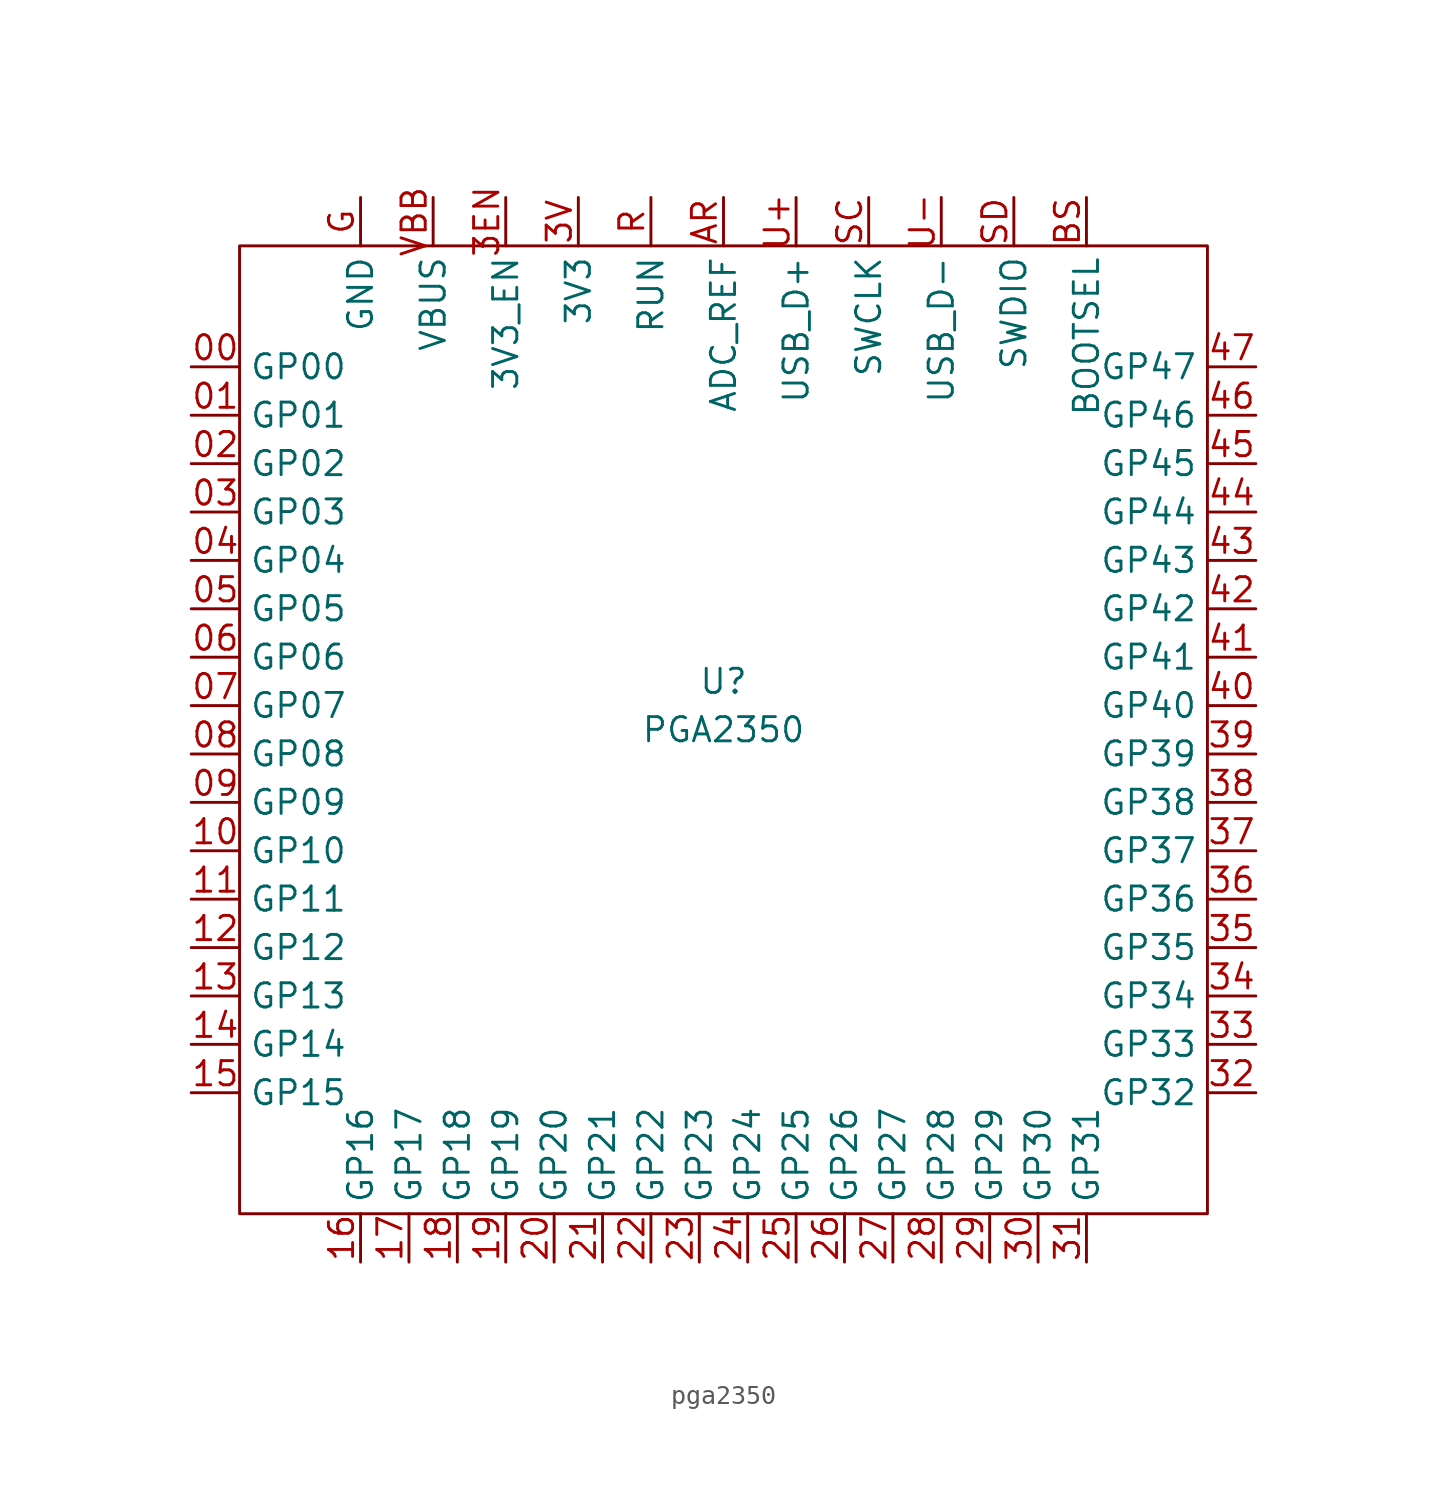
<source format=kicad_sym>
(kicad_symbol_lib
  (version 20241209)
  (generator "kicad_symbol_editor")
  (generator_version "9.0")
  (symbol "pga2350"
    (property "Reference" "U"
      (at 0 2.54 0)
      (effects (font (size 1.27 1.27))))
    (property "Value" "PGA2350"
      (at 0 0 0)
      (effects (font (size 1.27 1.27))))
    (symbol "pga2350_0_1"
      (rectangle (start -25.4 25.4) (end 25.4 -25.4) (stroke (width 0) (type default)) (fill (type none))))
    (symbol "pga2350_1_1"
      (pin bidirectional line (at -27.94 19.05 0) (length 2.54) (name "GP00" (effects (font (size 1.27 1.27)))) (number "00" (effects (font (size 1.27 1.27)))))
      (pin bidirectional line (at -27.94 16.51 0) (length 2.54) (name "GP01" (effects (font (size 1.27 1.27)))) (number "01" (effects (font (size 1.27 1.27)))))
      (pin bidirectional line (at -27.94 13.97 0) (length 2.54) (name "GP02" (effects (font (size 1.27 1.27)))) (number "02" (effects (font (size 1.27 1.27)))))
      (pin bidirectional line (at -27.94 11.43 0) (length 2.54) (name "GP03" (effects (font (size 1.27 1.27)))) (number "03" (effects (font (size 1.27 1.27)))))
      (pin bidirectional line (at -27.94 8.89 0) (length 2.54) (name "GP04" (effects (font (size 1.27 1.27)))) (number "04" (effects (font (size 1.27 1.27)))))
      (pin bidirectional line (at -27.94 6.35 0) (length 2.54) (name "GP05" (effects (font (size 1.27 1.27)))) (number "05" (effects (font (size 1.27 1.27)))))
      (pin bidirectional line (at -27.94 3.81 0) (length 2.54) (name "GP06" (effects (font (size 1.27 1.27)))) (number "06" (effects (font (size 1.27 1.27)))))
      (pin bidirectional line (at -27.94 1.27 0) (length 2.54) (name "GP07" (effects (font (size 1.27 1.27)))) (number "07" (effects (font (size 1.27 1.27)))))
      (pin bidirectional line (at -27.94 -1.27 0) (length 2.54) (name "GP08" (effects (font (size 1.27 1.27)))) (number "08" (effects (font (size 1.27 1.27)))))
      (pin bidirectional line (at -27.94 -3.81 0) (length 2.54) (name "GP09" (effects (font (size 1.27 1.27)))) (number "09" (effects (font (size 1.27 1.27)))))
      (pin bidirectional line (at -27.94 -6.35 0) (length 2.54) (name "GP10" (effects (font (size 1.27 1.27)))) (number "10" (effects (font (size 1.27 1.27)))))
      (pin bidirectional line (at -27.94 -8.89 0) (length 2.54) (name "GP11" (effects (font (size 1.27 1.27)))) (number "11" (effects (font (size 1.27 1.27)))))
      (pin bidirectional line (at -27.94 -11.43 0) (length 2.54) (name "GP12" (effects (font (size 1.27 1.27)))) (number "12" (effects (font (size 1.27 1.27)))))
      (pin bidirectional line (at -27.94 -13.97 0) (length 2.54) (name "GP13" (effects (font (size 1.27 1.27)))) (number "13" (effects (font (size 1.27 1.27)))))
      (pin bidirectional line (at -27.94 -16.51 0) (length 2.54) (name "GP14" (effects (font (size 1.27 1.27)))) (number "14" (effects (font (size 1.27 1.27)))))
      (pin bidirectional line (at -27.94 -19.05 0) (length 2.54) (name "GP15" (effects (font (size 1.27 1.27)))) (number "15" (effects (font (size 1.27 1.27)))))
      (pin power_in line (at -19.05 27.94 270) (length 2.54) (name "GND" (effects (font (size 1.27 1.27)))) (number "G" (effects (font (size 1.27 1.27)))))
      (pin bidirectional line (at -19.05 -27.94 90) (length 2.54) (name "GP16" (effects (font (size 1.27 1.27)))) (number "16" (effects (font (size 1.27 1.27)))))
      (pin bidirectional line (at -16.51 -27.94 90) (length 2.54) (name "GP17" (effects (font (size 1.27 1.27)))) (number "17" (effects (font (size 1.27 1.27)))))
      (pin power_in line (at -15.24 27.94 270) (length 2.54) (name "VBUS" (effects (font (size 1.27 1.27)))) (number "VBB" (effects (font (size 1.27 1.27)))))
      (pin bidirectional line (at -13.97 -27.94 90) (length 2.54) (name "GP18" (effects (font (size 1.27 1.27)))) (number "18" (effects (font (size 1.27 1.27)))))
      (pin bidirectional line (at -11.43 27.94 270) (length 2.54) (name "3V3_EN" (effects (font (size 1.27 1.27)))) (number "3EN" (effects (font (size 1.27 1.27)))))
      (pin bidirectional line (at -11.43 -27.94 90) (length 2.54) (name "GP19" (effects (font (size 1.27 1.27)))) (number "19" (effects (font (size 1.27 1.27)))))
      (pin bidirectional line (at -8.89 -27.94 90) (length 2.54) (name "GP20" (effects (font (size 1.27 1.27)))) (number "20" (effects (font (size 1.27 1.27)))))
      (pin power_out line (at -7.62 27.94 270) (length 2.54) (name "3V3" (effects (font (size 1.27 1.27)))) (number "3V" (effects (font (size 1.27 1.27)))))
      (pin bidirectional line (at -6.35 -27.94 90) (length 2.54) (name "GP21" (effects (font (size 1.27 1.27)))) (number "21" (effects (font (size 1.27 1.27)))))
      (pin bidirectional line (at -3.81 27.94 270) (length 2.54) (name "RUN" (effects (font (size 1.27 1.27)))) (number "R" (effects (font (size 1.27 1.27)))))
      (pin bidirectional line (at -3.81 -27.94 90) (length 2.54) (name "GP22" (effects (font (size 1.27 1.27)))) (number "22" (effects (font (size 1.27 1.27)))))
      (pin bidirectional line (at -1.27 -27.94 90) (length 2.54) (name "GP23" (effects (font (size 1.27 1.27)))) (number "23" (effects (font (size 1.27 1.27)))))
      (pin bidirectional line (at 0 27.94 270) (length 2.54) (name "ADC_REF" (effects (font (size 1.27 1.27)))) (number "AR" (effects (font (size 1.27 1.27)))))
      (pin bidirectional line (at 1.27 -27.94 90) (length 2.54) (name "GP24" (effects (font (size 1.27 1.27)))) (number "24" (effects (font (size 1.27 1.27)))))
      (pin bidirectional line (at 3.81 27.94 270) (length 2.54) (name "USB_D+" (effects (font (size 1.27 1.27)))) (number "U+" (effects (font (size 1.27 1.27)))))
      (pin bidirectional line (at 3.81 -27.94 90) (length 2.54) (name "GP25" (effects (font (size 1.27 1.27)))) (number "25" (effects (font (size 1.27 1.27)))))
      (pin bidirectional line (at 6.35 -27.94 90) (length 2.54) (name "GP26" (effects (font (size 1.27 1.27)))) (number "26" (effects (font (size 1.27 1.27)))))
      (pin bidirectional line (at 7.62 27.94 270) (length 2.54) (name "SWCLK" (effects (font (size 1.27 1.27)))) (number "SC" (effects (font (size 1.27 1.27)))))
      (pin bidirectional line (at 8.89 -27.94 90) (length 2.54) (name "GP27" (effects (font (size 1.27 1.27)))) (number "27" (effects (font (size 1.27 1.27)))))
      (pin bidirectional line (at 11.43 27.94 270) (length 2.54) (name "USB_D-" (effects (font (size 1.27 1.27)))) (number "U-" (effects (font (size 1.27 1.27)))))
      (pin bidirectional line (at 11.43 -27.94 90) (length 2.54) (name "GP28" (effects (font (size 1.27 1.27)))) (number "28" (effects (font (size 1.27 1.27)))))
      (pin bidirectional line (at 13.97 -27.94 90) (length 2.54) (name "GP29" (effects (font (size 1.27 1.27)))) (number "29" (effects (font (size 1.27 1.27)))))
      (pin bidirectional line (at 15.24 27.94 270) (length 2.54) (name "SWDIO" (effects (font (size 1.27 1.27)))) (number "SD" (effects (font (size 1.27 1.27)))))
      (pin bidirectional line (at 16.51 -27.94 90) (length 2.54) (name "GP30" (effects (font (size 1.27 1.27)))) (number "30" (effects (font (size 1.27 1.27)))))
      (pin bidirectional line (at 19.05 27.94 270) (length 2.54) (name "BOOTSEL" (effects (font (size 1.27 1.27)))) (number "BS" (effects (font (size 1.27 1.27)))))
      (pin bidirectional line (at 19.05 -27.94 90) (length 2.54) (name "GP31" (effects (font (size 1.27 1.27)))) (number "31" (effects (font (size 1.27 1.27)))))
      (pin bidirectional line (at 27.94 19.05 180) (length 2.54) (name "GP47" (effects (font (size 1.27 1.27)))) (number "47" (effects (font (size 1.27 1.27)))))
      (pin bidirectional line (at 27.94 16.51 180) (length 2.54) (name "GP46" (effects (font (size 1.27 1.27)))) (number "46" (effects (font (size 1.27 1.27)))))
      (pin bidirectional line (at 27.94 13.97 180) (length 2.54) (name "GP45" (effects (font (size 1.27 1.27)))) (number "45" (effects (font (size 1.27 1.27)))))
      (pin bidirectional line (at 27.94 11.43 180) (length 2.54) (name "GP44" (effects (font (size 1.27 1.27)))) (number "44" (effects (font (size 1.27 1.27)))))
      (pin bidirectional line (at 27.94 8.89 180) (length 2.54) (name "GP43" (effects (font (size 1.27 1.27)))) (number "43" (effects (font (size 1.27 1.27)))))
      (pin bidirectional line (at 27.94 6.35 180) (length 2.54) (name "GP42" (effects (font (size 1.27 1.27)))) (number "42" (effects (font (size 1.27 1.27)))))
      (pin bidirectional line (at 27.94 3.81 180) (length 2.54) (name "GP41" (effects (font (size 1.27 1.27)))) (number "41" (effects (font (size 1.27 1.27)))))
      (pin bidirectional line (at 27.94 1.27 180) (length 2.54) (name "GP40" (effects (font (size 1.27 1.27)))) (number "40" (effects (font (size 1.27 1.27)))))
      (pin bidirectional line (at 27.94 -1.27 180) (length 2.54) (name "GP39" (effects (font (size 1.27 1.27)))) (number "39" (effects (font (size 1.27 1.27)))))
      (pin bidirectional line (at 27.94 -3.81 180) (length 2.54) (name "GP38" (effects (font (size 1.27 1.27)))) (number "38" (effects (font (size 1.27 1.27)))))
      (pin bidirectional line (at 27.94 -6.35 180) (length 2.54) (name "GP37" (effects (font (size 1.27 1.27)))) (number "37" (effects (font (size 1.27 1.27)))))
      (pin bidirectional line (at 27.94 -8.89 180) (length 2.54) (name "GP36" (effects (font (size 1.27 1.27)))) (number "36" (effects (font (size 1.27 1.27)))))
      (pin bidirectional line (at 27.94 -11.43 180) (length 2.54) (name "GP35" (effects (font (size 1.27 1.27)))) (number "35" (effects (font (size 1.27 1.27)))))
      (pin bidirectional line (at 27.94 -13.97 180) (length 2.54) (name "GP34" (effects (font (size 1.27 1.27)))) (number "34" (effects (font (size 1.27 1.27)))))
      (pin bidirectional line (at 27.94 -16.51 180) (length 2.54) (name "GP33" (effects (font (size 1.27 1.27)))) (number "33" (effects (font (size 1.27 1.27)))))
      (pin bidirectional line (at 27.94 -19.05 180) (length 2.54) (name "GP32" (effects (font (size 1.27 1.27)))) (number "32" (effects (font (size 1.27 1.27))))))))
</source>
